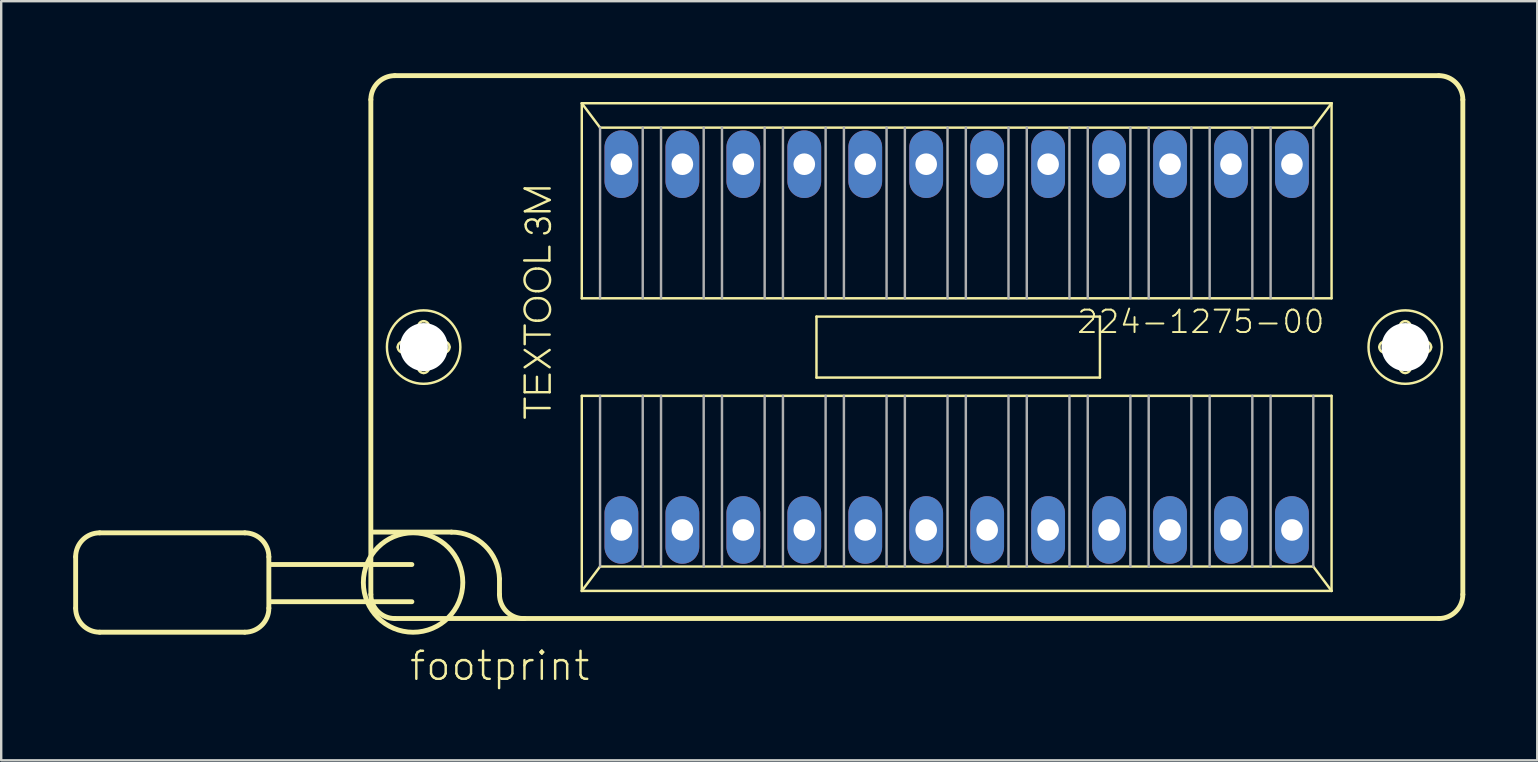
<source format=kicad_pcb>
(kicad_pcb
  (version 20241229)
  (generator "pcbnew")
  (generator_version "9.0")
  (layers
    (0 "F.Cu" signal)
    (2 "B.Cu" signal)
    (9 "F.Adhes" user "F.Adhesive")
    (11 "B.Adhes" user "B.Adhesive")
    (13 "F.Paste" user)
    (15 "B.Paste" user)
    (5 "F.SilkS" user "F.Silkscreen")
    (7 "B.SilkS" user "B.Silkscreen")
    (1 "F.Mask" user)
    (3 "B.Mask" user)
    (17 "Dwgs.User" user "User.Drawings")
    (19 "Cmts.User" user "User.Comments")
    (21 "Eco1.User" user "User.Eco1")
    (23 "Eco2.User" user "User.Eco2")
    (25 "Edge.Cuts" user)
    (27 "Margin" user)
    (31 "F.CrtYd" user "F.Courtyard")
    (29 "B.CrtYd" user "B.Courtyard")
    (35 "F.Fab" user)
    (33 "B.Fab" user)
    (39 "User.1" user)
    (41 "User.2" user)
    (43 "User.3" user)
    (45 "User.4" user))
  (footprint "footprint"
    (layer "F.Cu")
    (at 36.812 11.412)
    (property "Reference" "footprint" (at -22.86 13.97 0) (layer "F.SilkS") (effects (font (size 1.168 1.168) (thickness 0.102)) (justify left bottom)))
    (fp_line (start -36.71 8.74) (end -36.71 10.88) (stroke (width 0.203) (type solid)) (layer "F.SilkS"))
    (fp_line (start -35.71 7.74) (end -29.66 7.74) (stroke (width 0.203) (type solid)) (layer "F.SilkS"))
    (fp_line (start -29.66 11.88) (end -35.71 11.88) (stroke (width 0.203) (type solid)) (layer "F.SilkS"))
    (fp_line (start -28.66 8.74) (end -28.66 10.88) (stroke (width 0.203) (type solid)) (layer "F.SilkS"))
    (fp_line (start -24.41 10.31) (end -24.41 -10.31) (stroke (width 0.203) (type solid)) (layer "F.SilkS"))
    (fp_line (start -24.3 7.71) (end -21.05 7.71) (stroke (width 0.203) (type solid)) (layer "F.SilkS"))
    (fp_line (start -23.41 -11.31) (end 20.09 -11.31) (stroke (width 0.203) (type solid)) (layer "F.SilkS"))
    (fp_line (start -23.06 -0.23) (end -22.51 -0.23) (stroke (width 0.102) (type solid)) (layer "F.SilkS"))
    (fp_line (start -22.7 9.06) (end -28.61 9.06) (stroke (width 0.203) (type solid)) (layer "F.SilkS"))
    (fp_line (start -22.7 10.61) (end -28.61 10.61) (stroke (width 0.203) (type solid)) (layer "F.SilkS"))
    (fp_line (start -22.52 0.23) (end -23.06 0.23) (stroke (width 0.102) (type solid)) (layer "F.SilkS"))
    (fp_line (start -22.44 -0.31) (end -22.44 -0.85) (stroke (width 0.102) (type solid)) (layer "F.SilkS"))
    (fp_line (start -22.44 0.85) (end -22.44 0.3) (stroke (width 0.102) (type solid)) (layer "F.SilkS"))
    (fp_line (start -21.98 -0.85) (end -21.98 -0.3) (stroke (width 0.102) (type solid)) (layer "F.SilkS"))
    (fp_line (start -21.98 0.31) (end -21.98 0.85) (stroke (width 0.102) (type solid)) (layer "F.SilkS"))
    (fp_line (start -21.9 -0.23) (end -21.36 -0.23) (stroke (width 0.102) (type solid)) (layer "F.SilkS"))
    (fp_line (start -21.36 0.23) (end -21.91 0.23) (stroke (width 0.102) (type solid)) (layer "F.SilkS"))
    (fp_line (start -19.05 9.66) (end -19.05 10.31) (stroke (width 0.203) (type solid)) (layer "F.SilkS"))
    (fp_line (start -18.02 -3.61) (end -16.97 -3.61) (stroke (width 0.102) (type solid)) (layer "F.SilkS"))
    (fp_line (start -18 -6.61) (end -16.96 -6.61) (stroke (width 0.102) (type solid)) (layer "F.SilkS"))
    (fp_line (start -18 -0.12) (end -18 -0.9) (stroke (width 0.102) (type solid)) (layer "F.SilkS"))
    (fp_line (start -18 0.12) (end -16.96 0.84) (stroke (width 0.102) (type solid)) (layer "F.SilkS"))
    (fp_line (start -18 0.84) (end -16.96 0.12) (stroke (width 0.102) (type solid)) (layer "F.SilkS"))
    (fp_line (start -18 1.18) (end -18 1.88) (stroke (width 0.102) (type solid)) (layer "F.SilkS"))
    (fp_line (start -18 1.88) (end -16.96 1.88) (stroke (width 0.102) (type solid)) (layer "F.SilkS"))
    (fp_line (start -18 2.94) (end -18 2.15) (stroke (width 0.102) (type solid)) (layer "F.SilkS"))
    (fp_line (start -17.99 -5.66) (end -16.96 -6.13) (stroke (width 0.102) (type solid)) (layer "F.SilkS"))
    (fp_line (start -17.99 2.54) (end -16.96 2.54) (stroke (width 0.102) (type solid)) (layer "F.SilkS"))
    (fp_line (start -17.98 -0.52) (end -16.96 -0.52) (stroke (width 0.102) (type solid)) (layer "F.SilkS"))
    (fp_line (start -17.54 -3.27) (end -17.41 -3.27) (stroke (width 0.102) (type solid)) (layer "F.SilkS"))
    (fp_line (start -17.54 -2.33) (end -17.41 -2.33) (stroke (width 0.102) (type solid)) (layer "F.SilkS"))
    (fp_line (start -17.54 -2.04) (end -17.41 -2.04) (stroke (width 0.102) (type solid)) (layer "F.SilkS"))
    (fp_line (start -17.54 -1.1) (end -17.41 -1.1) (stroke (width 0.102) (type solid)) (layer "F.SilkS"))
    (fp_line (start -17.49 1.24) (end -17.49 1.84) (stroke (width 0.102) (type solid)) (layer "F.SilkS"))
    (fp_line (start -17.46 -5.03) (end -17.46 -5.12) (stroke (width 0.102) (type solid)) (layer "F.SilkS"))
    (fp_line (start -16.97 -3.61) (end -16.97 -4.18) (stroke (width 0.102) (type solid)) (layer "F.SilkS"))
    (fp_line (start -16.96 -6.13) (end -18 -6.61) (stroke (width 0.102) (type solid)) (layer "F.SilkS"))
    (fp_line (start -16.96 -5.66) (end -17.99 -5.66) (stroke (width 0.102) (type solid)) (layer "F.SilkS"))
    (fp_line (start -16.96 1.88) (end -16.96 1.15) (stroke (width 0.102) (type solid)) (layer "F.SilkS"))
    (fp_line (start -15.621 -10.16) (end 15.621 -10.16) (stroke (width 0.102) (type solid)) (layer "F.SilkS"))
    (fp_line (start -15.621 -2.032) (end -15.621 -10.16) (stroke (width 0.102) (type solid)) (layer "F.SilkS"))
    (fp_line (start -15.621 2.032) (end 15.621 2.032) (stroke (width 0.102) (type solid)) (layer "F.SilkS"))
    (fp_line (start -15.621 10.16) (end -15.621 2.032) (stroke (width 0.102) (type solid)) (layer "F.SilkS"))
    (fp_line (start -15.621 10.16) (end -14.859 9.144) (stroke (width 0.102) (type solid)) (layer "F.SilkS"))
    (fp_line (start -14.859 -9.144) (end -15.621 -10.16) (stroke (width 0.102) (type solid)) (layer "F.SilkS"))
    (fp_line (start -14.859 9.144) (end 14.859 9.144) (stroke (width 0.102) (type solid)) (layer "F.SilkS"))
    (fp_line (start -5.842 -1.27) (end 5.969 -1.27) (stroke (width 0.102) (type solid)) (layer "F.SilkS"))
    (fp_line (start -5.842 1.27) (end -5.842 -1.27) (stroke (width 0.102) (type solid)) (layer "F.SilkS"))
    (fp_line (start 5.969 -1.27) (end 5.969 1.27) (stroke (width 0.102) (type solid)) (layer "F.SilkS"))
    (fp_line (start 5.969 1.27) (end -5.842 1.27) (stroke (width 0.102) (type solid)) (layer "F.SilkS"))
    (fp_line (start 14.859 -9.144) (end -14.859 -9.144) (stroke (width 0.102) (type solid)) (layer "F.SilkS"))
    (fp_line (start 14.859 9.144) (end 15.621 10.16) (stroke (width 0.102) (type solid)) (layer "F.SilkS"))
    (fp_line (start 15.621 -10.16) (end 14.859 -9.144) (stroke (width 0.102) (type solid)) (layer "F.SilkS"))
    (fp_line (start 15.621 -10.16) (end 15.621 -2.032) (stroke (width 0.102) (type solid)) (layer "F.SilkS"))
    (fp_line (start 15.621 -2.032) (end -15.621 -2.032) (stroke (width 0.102) (type solid)) (layer "F.SilkS"))
    (fp_line (start 15.621 2.032) (end 15.621 10.16) (stroke (width 0.102) (type solid)) (layer "F.SilkS"))
    (fp_line (start 15.621 10.16) (end -15.621 10.16) (stroke (width 0.102) (type solid)) (layer "F.SilkS"))
    (fp_line (start 17.84 -0.23) (end 18.39 -0.23) (stroke (width 0.102) (type solid)) (layer "F.SilkS"))
    (fp_line (start 18.38 0.23) (end 17.84 0.23) (stroke (width 0.102) (type solid)) (layer "F.SilkS"))
    (fp_line (start 18.46 -0.31) (end 18.46 -0.85) (stroke (width 0.102) (type solid)) (layer "F.SilkS"))
    (fp_line (start 18.46 0.85) (end 18.46 0.3) (stroke (width 0.102) (type solid)) (layer "F.SilkS"))
    (fp_line (start 18.92 -0.85) (end 18.92 -0.3) (stroke (width 0.102) (type solid)) (layer "F.SilkS"))
    (fp_line (start 18.92 0.31) (end 18.92 0.85) (stroke (width 0.102) (type solid)) (layer "F.SilkS"))
    (fp_line (start 19 -0.23) (end 19.54 -0.23) (stroke (width 0.102) (type solid)) (layer "F.SilkS"))
    (fp_line (start 19.54 0.23) (end 18.99 0.23) (stroke (width 0.102) (type solid)) (layer "F.SilkS"))
    (fp_line (start 20.09 11.31) (end -23.41 11.31) (stroke (width 0.203) (type solid)) (layer "F.SilkS"))
    (fp_line (start 21.09 -10.31) (end 21.09 10.31) (stroke (width 0.203) (type solid)) (layer "F.SilkS"))
    (fp_arc (start -36.71 8.74) (mid -36.417107 8.032893) (end -35.71 7.74) (stroke (width 0.2032) (type solid)) (layer "F.SilkS"))
    (fp_arc (start -35.71 11.88) (mid -36.417107 11.587107) (end -36.71 10.88) (stroke (width 0.2032) (type solid)) (layer "F.SilkS"))
    (fp_arc (start -29.66 7.74) (mid -28.952893 8.032893) (end -28.66 8.74) (stroke (width 0.2032) (type solid)) (layer "F.SilkS"))
    (fp_arc (start -28.66 10.88) (mid -28.952893 11.587107) (end -29.66 11.88) (stroke (width 0.2032) (type solid)) (layer "F.SilkS"))
    (fp_arc (start -24.41 -10.31) (mid -24.117107 -11.017107) (end -23.41 -11.31) (stroke (width 0.2032) (type solid)) (layer "F.SilkS"))
    (fp_arc (start -23.41 11.31) (mid -24.117107 11.017107) (end -24.41 10.31) (stroke (width 0.2032) (type solid)) (layer "F.SilkS"))
    (fp_arc (start -23.29 0) (mid -23.222635 -0.162635) (end -23.06 -0.23) (stroke (width 0.1016) (type solid)) (layer "F.SilkS"))
    (fp_arc (start -23.06 0.23) (mid -23.222635 0.162635) (end -23.29 0) (stroke (width 0.1016) (type solid)) (layer "F.SilkS"))
    (fp_arc (start -22.52 0.23) (mid -22.470503 0.250503) (end -22.45 0.3) (stroke (width 0.1016) (type solid)) (layer "F.SilkS"))
    (fp_arc (start -22.44 -0.85) (mid -22.372635 -1.012635) (end -22.21 -1.08) (stroke (width 0.1016) (type solid)) (layer "F.SilkS"))
    (fp_arc (start -22.44 -0.3) (mid -22.460503 -0.250503) (end -22.51 -0.23) (stroke (width 0.1016) (type solid)) (layer "F.SilkS"))
    (fp_arc (start -22.21 -1.08) (mid -22.047365 -1.012635) (end -21.98 -0.85) (stroke (width 0.1016) (type solid)) (layer "F.SilkS"))
    (fp_arc (start -22.21 1.08) (mid -22.372635 1.012635) (end -22.44 0.85) (stroke (width 0.1016) (type solid)) (layer "F.SilkS"))
    (fp_arc (start -21.98 0.3) (mid -21.959497 0.250503) (end -21.91 0.23) (stroke (width 0.1016) (type solid)) (layer "F.SilkS"))
    (fp_arc (start -21.98 0.85) (mid -22.047365 1.012635) (end -22.21 1.08) (stroke (width 0.1016) (type solid)) (layer "F.SilkS"))
    (fp_arc (start -21.91 -0.23) (mid -21.959497 -0.250503) (end -21.98 -0.3) (stroke (width 0.1016) (type solid)) (layer "F.SilkS"))
    (fp_arc (start -21.36 -0.23) (mid -21.197365 -0.162635) (end -21.13 0) (stroke (width 0.1016) (type solid)) (layer "F.SilkS"))
    (fp_arc (start -21.13 0) (mid -21.197365 0.162635) (end -21.36 0.23) (stroke (width 0.1016) (type solid)) (layer "F.SilkS"))
    (fp_arc (start -21.05 7.71) (mid -19.653341 8.278169) (end -19.05 9.659998) (stroke (width 0.2032) (type solid)) (layer "F.SilkS"))
    (fp_arc (start -17.999998 11.309999) (mid -18.739284 11.035) (end -19.05 10.31) (stroke (width 0.2032) (type solid)) (layer "F.SilkS"))
    (fp_arc (start -17.96 -5.109999) (mid -17.924621 -5.207696) (end -17.85 -5.28) (stroke (width 0.1016) (type solid)) (layer "F.SilkS"))
    (fp_arc (start -17.85 -5.28) (mid -17.717382 -5.322157) (end -17.58 -5.3) (stroke (width 0.1016) (type solid)) (layer "F.SilkS"))
    (fp_arc (start -17.710001 -4.759999) (mid -17.90297 -4.88645) (end -17.96 -5.11) (stroke (width 0.1016) (type solid)) (layer "F.SilkS"))
    (fp_arc (start -17.580001 -5.299999) (mid -17.492751 -5.228166) (end -17.46 -5.12) (stroke (width 0.1016) (type solid)) (layer "F.SilkS"))
    (fp_arc (start -17.54 -2.33) (mid -18.01 -2.8) (end -17.54 -3.27) (stroke (width 0.1016) (type solid)) (layer "F.SilkS"))
    (fp_arc (start -17.54 -1.1) (mid -18.01 -1.57) (end -17.54 -2.04) (stroke (width 0.1016) (type solid)) (layer "F.SilkS"))
    (fp_arc (start -17.46 -5.12) (mid -17.42789 -5.240938) (end -17.339999 -5.330001) (stroke (width 0.1016) (type solid)) (layer "F.SilkS"))
    (fp_arc (start -17.41 -3.27) (mid -16.94 -2.8) (end -17.41 -2.33) (stroke (width 0.1016) (type solid)) (layer "F.SilkS"))
    (fp_arc (start -17.41 -2.04) (mid -16.94 -1.57) (end -17.41 -1.1) (stroke (width 0.1016) (type solid)) (layer "F.SilkS"))
    (fp_arc (start -17.34 -5.33) (mid -17.196885 -5.363595) (end -17.059999 -5.309999) (stroke (width 0.1016) (type solid)) (layer "F.SilkS"))
    (fp_arc (start -17.06 -5.31) (mid -16.985084 -5.220954) (end -16.95 -5.110001) (stroke (width 0.1016) (type solid)) (layer "F.SilkS"))
    (fp_arc (start -16.96 -4.92) (mid -17.042524 -4.788503) (end -17.19 -4.740001) (stroke (width 0.1016) (type solid)) (layer "F.SilkS"))
    (fp_arc (start -16.95 -5.11) (mid -16.947277 -5.014593) (end -16.96 -4.92) (stroke (width 0.1016) (type solid)) (layer "F.SilkS"))
    (fp_arc (start 17.61 0) (mid 17.677365 -0.162635) (end 17.84 -0.23) (stroke (width 0.1016) (type solid)) (layer "F.SilkS"))
    (fp_arc (start 17.84 0.23) (mid 17.677365 0.162635) (end 17.61 0) (stroke (width 0.1016) (type solid)) (layer "F.SilkS"))
    (fp_arc (start 18.38 0.23) (mid 18.429497 0.250503) (end 18.45 0.3) (stroke (width 0.1016) (type solid)) (layer "F.SilkS"))
    (fp_arc (start 18.46 -0.85) (mid 18.527365 -1.012635) (end 18.69 -1.08) (stroke (width 0.1016) (type solid)) (layer "F.SilkS"))
    (fp_arc (start 18.46 -0.3) (mid 18.439497 -0.250503) (end 18.39 -0.23) (stroke (width 0.1016) (type solid)) (layer "F.SilkS"))
    (fp_arc (start 18.69 -1.08) (mid 18.852635 -1.012635) (end 18.92 -0.85) (stroke (width 0.1016) (type solid)) (layer "F.SilkS"))
    (fp_arc (start 18.69 1.08) (mid 18.527365 1.012635) (end 18.46 0.85) (stroke (width 0.1016) (type solid)) (layer "F.SilkS"))
    (fp_arc (start 18.92 0.3) (mid 18.940503 0.250503) (end 18.99 0.23) (stroke (width 0.1016) (type solid)) (layer "F.SilkS"))
    (fp_arc (start 18.92 0.85) (mid 18.852635 1.012635) (end 18.69 1.08) (stroke (width 0.1016) (type solid)) (layer "F.SilkS"))
    (fp_arc (start 18.99 -0.23) (mid 18.940503 -0.250503) (end 18.92 -0.3) (stroke (width 0.1016) (type solid)) (layer "F.SilkS"))
    (fp_arc (start 19.54 -0.23) (mid 19.702635 -0.162635) (end 19.77 0) (stroke (width 0.1016) (type solid)) (layer "F.SilkS"))
    (fp_arc (start 19.77 0) (mid 19.702635 0.162635) (end 19.54 0.23) (stroke (width 0.1016) (type solid)) (layer "F.SilkS"))
    (fp_arc (start 20.09 -11.31) (mid 20.797107 -11.017107) (end 21.09 -10.31) (stroke (width 0.2032) (type solid)) (layer "F.SilkS"))
    (fp_arc (start 21.09 10.31) (mid 20.797107 11.017107) (end 20.09 11.31) (stroke (width 0.2032) (type solid)) (layer "F.SilkS"))
    (fp_circle (center -22.65 9.81) (end -20.578 9.81) (stroke (width 0.203) (type solid)) (fill no) (layer "F.SilkS"))
    (fp_circle (center -22.21 0) (end -20.68 0) (stroke (width 0.102) (type solid)) (fill no) (layer "F.SilkS"))
    (fp_circle (center 18.69 0) (end 20.22 0) (stroke (width 0.102) (type solid)) (fill no) (layer "F.SilkS"))
    (fp_line (start -14.859 -9.144) (end -14.859 -2.032) (stroke (width 0.102) (type solid)) (layer "F.Fab"))
    (fp_line (start -14.859 2.032) (end -14.859 9.144) (stroke (width 0.102) (type solid)) (layer "F.Fab"))
    (fp_line (start -13.081 -2.032) (end -13.081 -9.144) (stroke (width 0.102) (type solid)) (layer "F.Fab"))
    (fp_line (start -13.081 2.032) (end -13.081 9.144) (stroke (width 0.102) (type solid)) (layer "F.Fab"))
    (fp_line (start -12.319 -2.032) (end -12.319 -9.144) (stroke (width 0.102) (type solid)) (layer "F.Fab"))
    (fp_line (start -12.319 2.032) (end -12.319 9.144) (stroke (width 0.102) (type solid)) (layer "F.Fab"))
    (fp_line (start -10.541 -2.032) (end -10.541 -9.144) (stroke (width 0.102) (type solid)) (layer "F.Fab"))
    (fp_line (start -10.541 2.032) (end -10.541 9.144) (stroke (width 0.102) (type solid)) (layer "F.Fab"))
    (fp_line (start -9.779 -2.032) (end -9.779 -9.144) (stroke (width 0.102) (type solid)) (layer "F.Fab"))
    (fp_line (start -9.779 2.032) (end -9.779 9.144) (stroke (width 0.102) (type solid)) (layer "F.Fab"))
    (fp_line (start -8.001 -2.032) (end -8.001 -9.144) (stroke (width 0.102) (type solid)) (layer "F.Fab"))
    (fp_line (start -8.001 2.032) (end -8.001 9.144) (stroke (width 0.102) (type solid)) (layer "F.Fab"))
    (fp_line (start -7.239 -2.032) (end -7.239 -9.144) (stroke (width 0.102) (type solid)) (layer "F.Fab"))
    (fp_line (start -7.239 2.032) (end -7.239 9.144) (stroke (width 0.102) (type solid)) (layer "F.Fab"))
    (fp_line (start -5.461 -2.032) (end -5.461 -9.144) (stroke (width 0.102) (type solid)) (layer "F.Fab"))
    (fp_line (start -5.461 2.032) (end -5.461 9.144) (stroke (width 0.102) (type solid)) (layer "F.Fab"))
    (fp_line (start -4.699 -2.032) (end -4.699 -9.144) (stroke (width 0.102) (type solid)) (layer "F.Fab"))
    (fp_line (start -4.699 2.032) (end -4.699 9.144) (stroke (width 0.102) (type solid)) (layer "F.Fab"))
    (fp_line (start -2.921 -2.032) (end -2.921 -9.144) (stroke (width 0.102) (type solid)) (layer "F.Fab"))
    (fp_line (start -2.921 2.032) (end -2.921 9.144) (stroke (width 0.102) (type solid)) (layer "F.Fab"))
    (fp_line (start -2.159 -2.032) (end -2.159 -9.144) (stroke (width 0.102) (type solid)) (layer "F.Fab"))
    (fp_line (start -2.159 2.032) (end -2.159 9.144) (stroke (width 0.102) (type solid)) (layer "F.Fab"))
    (fp_line (start -0.381 -2.032) (end -0.381 -9.144) (stroke (width 0.102) (type solid)) (layer "F.Fab"))
    (fp_line (start -0.381 2.032) (end -0.381 9.144) (stroke (width 0.102) (type solid)) (layer "F.Fab"))
    (fp_line (start 0.381 -2.032) (end 0.381 -9.144) (stroke (width 0.102) (type solid)) (layer "F.Fab"))
    (fp_line (start 0.381 2.032) (end 0.381 9.144) (stroke (width 0.102) (type solid)) (layer "F.Fab"))
    (fp_line (start 2.159 -2.032) (end 2.159 -9.144) (stroke (width 0.102) (type solid)) (layer "F.Fab"))
    (fp_line (start 2.159 2.032) (end 2.159 9.144) (stroke (width 0.102) (type solid)) (layer "F.Fab"))
    (fp_line (start 2.921 -2.032) (end 2.921 -9.144) (stroke (width 0.102) (type solid)) (layer "F.Fab"))
    (fp_line (start 2.921 2.032) (end 2.921 9.144) (stroke (width 0.102) (type solid)) (layer "F.Fab"))
    (fp_line (start 4.699 -2.032) (end 4.699 -9.144) (stroke (width 0.102) (type solid)) (layer "F.Fab"))
    (fp_line (start 4.699 2.032) (end 4.699 9.144) (stroke (width 0.102) (type solid)) (layer "F.Fab"))
    (fp_line (start 5.461 -2.032) (end 5.461 -9.144) (stroke (width 0.102) (type solid)) (layer "F.Fab"))
    (fp_line (start 5.461 2.032) (end 5.461 9.144) (stroke (width 0.102) (type solid)) (layer "F.Fab"))
    (fp_line (start 7.239 -2.032) (end 7.239 -9.144) (stroke (width 0.102) (type solid)) (layer "F.Fab"))
    (fp_line (start 7.239 2.032) (end 7.239 9.144) (stroke (width 0.102) (type solid)) (layer "F.Fab"))
    (fp_line (start 8.001 -2.032) (end 8.001 -9.144) (stroke (width 0.102) (type solid)) (layer "F.Fab"))
    (fp_line (start 8.001 2.032) (end 8.001 9.144) (stroke (width 0.102) (type solid)) (layer "F.Fab"))
    (fp_line (start 9.779 -2.032) (end 9.779 -9.144) (stroke (width 0.102) (type solid)) (layer "F.Fab"))
    (fp_line (start 9.779 2.032) (end 9.779 9.144) (stroke (width 0.102) (type solid)) (layer "F.Fab"))
    (fp_line (start 10.541 -2.032) (end 10.541 -9.144) (stroke (width 0.102) (type solid)) (layer "F.Fab"))
    (fp_line (start 10.541 2.032) (end 10.541 9.144) (stroke (width 0.102) (type solid)) (layer "F.Fab"))
    (fp_line (start 12.319 -2.032) (end 12.319 -9.144) (stroke (width 0.102) (type solid)) (layer "F.Fab"))
    (fp_line (start 12.319 2.032) (end 12.319 9.144) (stroke (width 0.102) (type solid)) (layer "F.Fab"))
    (fp_line (start 13.081 -2.032) (end 13.081 -9.144) (stroke (width 0.102) (type solid)) (layer "F.Fab"))
    (fp_line (start 13.081 2.032) (end 13.081 9.144) (stroke (width 0.102) (type solid)) (layer "F.Fab"))
    (fp_line (start 14.859 -2.032) (end 14.859 -9.144) (stroke (width 0.102) (type solid)) (layer "F.Fab"))
    (fp_line (start 14.859 9.144) (end 14.859 2.032) (stroke (width 0.102) (type solid)) (layer "F.Fab"))
    (fp_text user "224-1275-00" (at 4.953 -0.508 180) (layer "F.SilkS") (effects (font (size 0.935 0.935) (thickness 0.081)) (justify left bottom)))
    (pad "" np_thru_hole circle (at -22.2 0) (size 2 2) (drill 2) (layers "*.Cu" "*.Mask"))
    (pad "" np_thru_hole circle (at 18.7 0) (size 2 2) (drill 2) (layers "*.Cu" "*.Mask"))
    (pad "1" thru_hole oval (at -13.97 7.62 90) (size 2.816 1.408) (drill 0.9) (layers "*.Cu" "*.Mask"))
    (pad "2" thru_hole oval (at -11.43 7.62 90) (size 2.816 1.408) (drill 0.9) (layers "*.Cu" "*.Mask"))
    (pad "3" thru_hole oval (at -8.89 7.62 90) (size 2.816 1.408) (drill 0.9) (layers "*.Cu" "*.Mask"))
    (pad "4" thru_hole oval (at -6.35 7.62 90) (size 2.816 1.408) (drill 0.9) (layers "*.Cu" "*.Mask"))
    (pad "5" thru_hole oval (at -3.81 7.62 90) (size 2.816 1.408) (drill 0.9) (layers "*.Cu" "*.Mask"))
    (pad "6" thru_hole oval (at -1.27 7.62 90) (size 2.816 1.408) (drill 0.9) (layers "*.Cu" "*.Mask"))
    (pad "7" thru_hole oval (at 1.27 7.62 90) (size 2.816 1.408) (drill 0.9) (layers "*.Cu" "*.Mask"))
    (pad "8" thru_hole oval (at 3.81 7.62 90) (size 2.816 1.408) (drill 0.9) (layers "*.Cu" "*.Mask"))
    (pad "9" thru_hole oval (at 6.35 7.62 90) (size 2.816 1.408) (drill 0.9) (layers "*.Cu" "*.Mask"))
    (pad "10" thru_hole oval (at 8.89 7.62 90) (size 2.816 1.408) (drill 0.9) (layers "*.Cu" "*.Mask"))
    (pad "11" thru_hole oval (at 11.43 7.62 90) (size 2.816 1.408) (drill 0.9) (layers "*.Cu" "*.Mask"))
    (pad "12" thru_hole oval (at 13.97 7.62 90) (size 2.816 1.408) (drill 0.9) (layers "*.Cu" "*.Mask"))
    (pad "13" thru_hole oval (at 13.97 -7.62 90) (size 2.816 1.408) (drill 0.9) (layers "*.Cu" "*.Mask"))
    (pad "14" thru_hole oval (at 11.43 -7.62 90) (size 2.816 1.408) (drill 0.9) (layers "*.Cu" "*.Mask"))
    (pad "15" thru_hole oval (at 8.89 -7.62 90) (size 2.816 1.408) (drill 0.9) (layers "*.Cu" "*.Mask"))
    (pad "16" thru_hole oval (at 6.35 -7.62 90) (size 2.816 1.408) (drill 0.9) (layers "*.Cu" "*.Mask"))
    (pad "17" thru_hole oval (at 3.81 -7.62 90) (size 2.816 1.408) (drill 0.9) (layers "*.Cu" "*.Mask"))
    (pad "18" thru_hole oval (at 1.27 -7.62 90) (size 2.816 1.408) (drill 0.9) (layers "*.Cu" "*.Mask"))
    (pad "19" thru_hole oval (at -1.27 -7.62 90) (size 2.816 1.408) (drill 0.9) (layers "*.Cu" "*.Mask"))
    (pad "20" thru_hole oval (at -3.81 -7.62 90) (size 2.816 1.408) (drill 0.9) (layers "*.Cu" "*.Mask"))
    (pad "21" thru_hole oval (at -6.35 -7.62 90) (size 2.816 1.408) (drill 0.9) (layers "*.Cu" "*.Mask"))
    (pad "22" thru_hole oval (at -8.89 -7.62 90) (size 2.816 1.408) (drill 0.9) (layers "*.Cu" "*.Mask"))
    (pad "23" thru_hole oval (at -11.43 -7.62 90) (size 2.816 1.408) (drill 0.9) (layers "*.Cu" "*.Mask"))
    (pad "24" thru_hole oval (at -13.97 -7.62 90) (size 2.816 1.408) (drill 0.9) (layers "*.Cu" "*.Mask")))
  (gr_rect
    (start -3 -3)
    (end 61.003 28.632)
    (stroke (width 0.1) (type default))
    (fill no)
    (layer "Edge.Cuts")))
</source>
